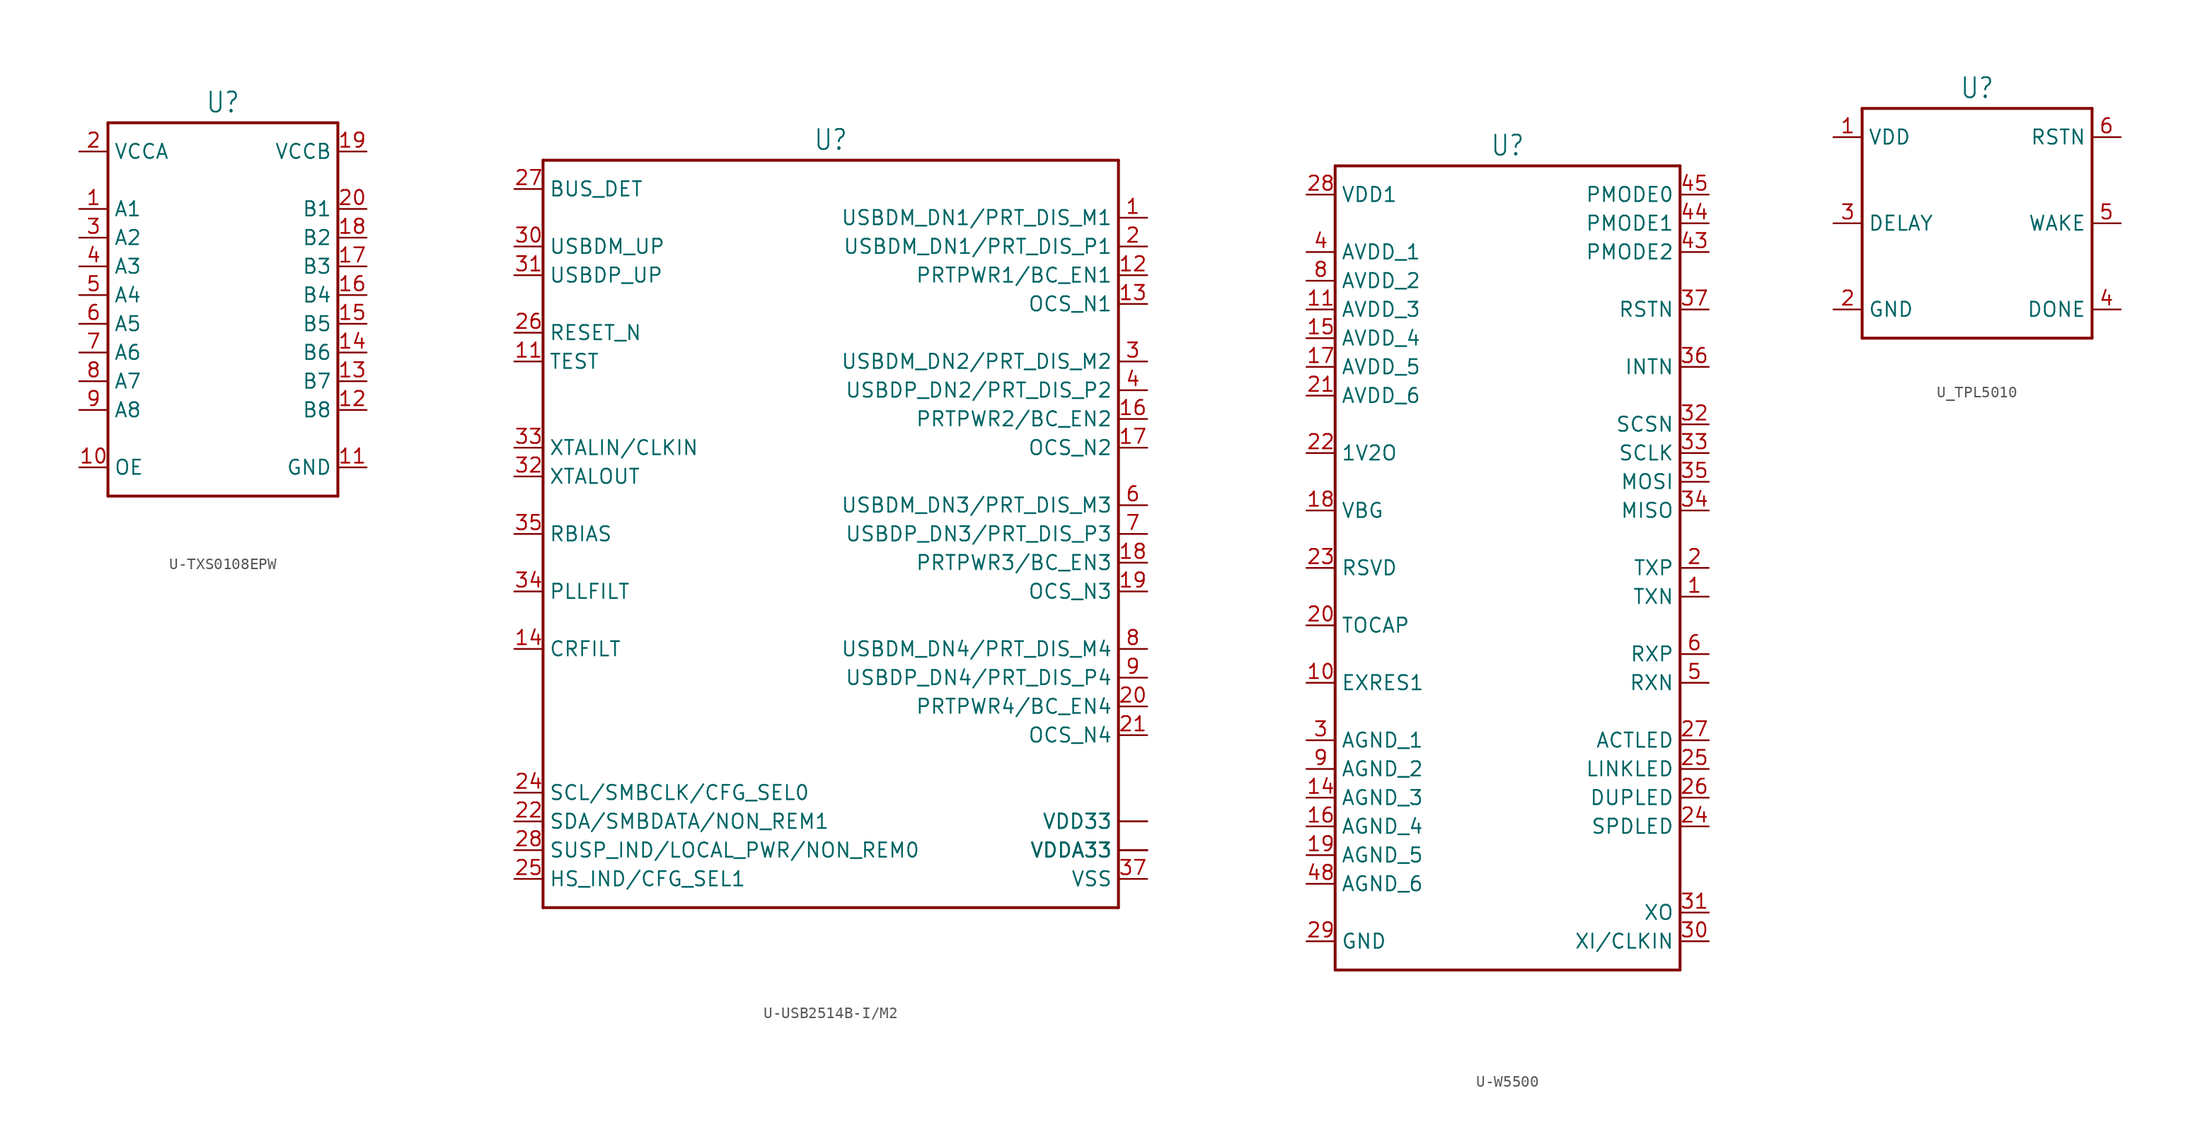
<source format=kicad_sym>
(kicad_symbol_lib
  (version 20231120)
  (generator "kicad_symbol_editor")
  (generator_version "8.0")
  (symbol "U-TXS0108EPW"
    (property "Reference" "U"
      (at 0 18.542 0)
      (effects (font (size 1.778 1.511)) (justify bottom)))
    (property "Value" ""
      (at 0 -16.002 0)
      (effects (font (size 1.778 1.511)) (justify top)))
    (property "ki_locked" ""
      (at 0 0 0)
      (effects (font (size 1.27 1.27))))
    (symbol "U-TXS0108EPW_1_0"
      (polyline (pts (xy -10.16 -15.24) (xy -10.16 17.78)) (stroke (width 0.254) (type solid)) (fill (type none)))
      (polyline (pts (xy -10.16 17.78) (xy 10.16 17.78)) (stroke (width 0.254) (type solid)) (fill (type none)))
      (polyline (pts (xy 10.16 -15.24) (xy -10.16 -15.24)) (stroke (width 0.254) (type solid)) (fill (type none)))
      (polyline (pts (xy 10.16 17.78) (xy 10.16 -15.24)) (stroke (width 0.254) (type solid)) (fill (type none)))
      (pin passive line (at -12.7 10.16 0) (length 2.54) (name "A1" (effects (font (size 1.27 1.27)))) (number "1" (effects (font (size 1.27 1.27)))))
      (pin passive line (at -12.7 -12.7 0) (length 2.54) (name "OE" (effects (font (size 1.27 1.27)))) (number "10" (effects (font (size 1.27 1.27)))))
      (pin passive line (at 12.7 -12.7 180) (length 2.54) (name "GND" (effects (font (size 1.27 1.27)))) (number "11" (effects (font (size 1.27 1.27)))))
      (pin passive line (at 12.7 -7.62 180) (length 2.54) (name "B8" (effects (font (size 1.27 1.27)))) (number "12" (effects (font (size 1.27 1.27)))))
      (pin passive line (at 12.7 -5.08 180) (length 2.54) (name "B7" (effects (font (size 1.27 1.27)))) (number "13" (effects (font (size 1.27 1.27)))))
      (pin passive line (at 12.7 -2.54 180) (length 2.54) (name "B6" (effects (font (size 1.27 1.27)))) (number "14" (effects (font (size 1.27 1.27)))))
      (pin passive line (at 12.7 0 180) (length 2.54) (name "B5" (effects (font (size 1.27 1.27)))) (number "15" (effects (font (size 1.27 1.27)))))
      (pin passive line (at 12.7 2.54 180) (length 2.54) (name "B4" (effects (font (size 1.27 1.27)))) (number "16" (effects (font (size 1.27 1.27)))))
      (pin passive line (at 12.7 5.08 180) (length 2.54) (name "B3" (effects (font (size 1.27 1.27)))) (number "17" (effects (font (size 1.27 1.27)))))
      (pin passive line (at 12.7 7.62 180) (length 2.54) (name "B2" (effects (font (size 1.27 1.27)))) (number "18" (effects (font (size 1.27 1.27)))))
      (pin passive line (at 12.7 15.24 180) (length 2.54) (name "VCCB" (effects (font (size 1.27 1.27)))) (number "19" (effects (font (size 1.27 1.27)))))
      (pin passive line (at -12.7 15.24 0) (length 2.54) (name "VCCA" (effects (font (size 1.27 1.27)))) (number "2" (effects (font (size 1.27 1.27)))))
      (pin passive line (at 12.7 10.16 180) (length 2.54) (name "B1" (effects (font (size 1.27 1.27)))) (number "20" (effects (font (size 1.27 1.27)))))
      (pin passive line (at -12.7 7.62 0) (length 2.54) (name "A2" (effects (font (size 1.27 1.27)))) (number "3" (effects (font (size 1.27 1.27)))))
      (pin passive line (at -12.7 5.08 0) (length 2.54) (name "A3" (effects (font (size 1.27 1.27)))) (number "4" (effects (font (size 1.27 1.27)))))
      (pin passive line (at -12.7 2.54 0) (length 2.54) (name "A4" (effects (font (size 1.27 1.27)))) (number "5" (effects (font (size 1.27 1.27)))))
      (pin passive line (at -12.7 0 0) (length 2.54) (name "A5" (effects (font (size 1.27 1.27)))) (number "6" (effects (font (size 1.27 1.27)))))
      (pin passive line (at -12.7 -2.54 0) (length 2.54) (name "A6" (effects (font (size 1.27 1.27)))) (number "7" (effects (font (size 1.27 1.27)))))
      (pin passive line (at -12.7 -5.08 0) (length 2.54) (name "A7" (effects (font (size 1.27 1.27)))) (number "8" (effects (font (size 1.27 1.27)))))
      (pin passive line (at -12.7 -7.62 0) (length 2.54) (name "A8" (effects (font (size 1.27 1.27)))) (number "9" (effects (font (size 1.27 1.27)))))))
  (symbol "U-USB2514B-I/M2"
    (property "Reference" "U"
      (at 0 33.782 0)
      (effects (font (size 1.778 1.511)) (justify bottom)))
    (property "Value" ""
      (at 0 -33.782 0)
      (effects (font (size 1.778 1.511)) (justify top)))
    (property "ki_locked" ""
      (at 0 0 0)
      (effects (font (size 1.27 1.27))))
    (symbol "U-USB2514B-I/M2_1_0"
      (polyline (pts (xy -25.4 -33.02) (xy -25.4 33.02)) (stroke (width 0.254) (type solid)) (fill (type none)))
      (polyline (pts (xy -25.4 33.02) (xy 25.4 33.02)) (stroke (width 0.254) (type solid)) (fill (type none)))
      (polyline (pts (xy 25.4 -33.02) (xy -25.4 -33.02)) (stroke (width 0.254) (type solid)) (fill (type none)))
      (polyline (pts (xy 25.4 33.02) (xy 25.4 -33.02)) (stroke (width 0.254) (type solid)) (fill (type none)))
      (pin passive line (at 27.94 27.94 180) (length 2.54) (name "USBDM_DN1/PRT_DIS_M1" (effects (font (size 1.27 1.27)))) (number "1" (effects (font (size 1.27 1.27)))))
      (pin passive line (at 27.94 -27.94 180) (length 2.54) (name "VDDA33" (effects (font (size 1.27 1.27)))) (number "10" (effects (font (size 0 0)))))
      (pin passive line (at -27.94 15.24 0) (length 2.54) (name "TEST" (effects (font (size 1.27 1.27)))) (number "11" (effects (font (size 1.27 1.27)))))
      (pin passive line (at 27.94 22.86 180) (length 2.54) (name "PRTPWR1/BC_EN1" (effects (font (size 1.27 1.27)))) (number "12" (effects (font (size 1.27 1.27)))))
      (pin passive line (at 27.94 20.32 180) (length 2.54) (name "OCS_N1" (effects (font (size 1.27 1.27)))) (number "13" (effects (font (size 1.27 1.27)))))
      (pin passive line (at -27.94 -10.16 0) (length 2.54) (name "CRFILT" (effects (font (size 1.27 1.27)))) (number "14" (effects (font (size 1.27 1.27)))))
      (pin passive line (at 27.94 -25.4 180) (length 2.54) (name "VDD33" (effects (font (size 1.27 1.27)))) (number "15" (effects (font (size 0 0)))))
      (pin passive line (at 27.94 10.16 180) (length 2.54) (name "PRTPWR2/BC_EN2" (effects (font (size 1.27 1.27)))) (number "16" (effects (font (size 1.27 1.27)))))
      (pin passive line (at 27.94 7.62 180) (length 2.54) (name "OCS_N2" (effects (font (size 1.27 1.27)))) (number "17" (effects (font (size 1.27 1.27)))))
      (pin passive line (at 27.94 -2.54 180) (length 2.54) (name "PRTPWR3/BC_EN3" (effects (font (size 1.27 1.27)))) (number "18" (effects (font (size 1.27 1.27)))))
      (pin passive line (at 27.94 -5.08 180) (length 2.54) (name "OCS_N3" (effects (font (size 1.27 1.27)))) (number "19" (effects (font (size 1.27 1.27)))))
      (pin passive line (at 27.94 25.4 180) (length 2.54) (name "USBDM_DN1/PRT_DIS_P1" (effects (font (size 1.27 1.27)))) (number "2" (effects (font (size 1.27 1.27)))))
      (pin passive line (at 27.94 -15.24 180) (length 2.54) (name "PRTPWR4/BC_EN4" (effects (font (size 1.27 1.27)))) (number "20" (effects (font (size 1.27 1.27)))))
      (pin passive line (at 27.94 -17.78 180) (length 2.54) (name "OCS_N4" (effects (font (size 1.27 1.27)))) (number "21" (effects (font (size 1.27 1.27)))))
      (pin passive line (at -27.94 -25.4 0) (length 2.54) (name "SDA/SMBDATA/NON_REM1" (effects (font (size 1.27 1.27)))) (number "22" (effects (font (size 1.27 1.27)))))
      (pin passive line (at 27.94 -25.4 180) (length 2.54) (name "VDD33" (effects (font (size 1.27 1.27)))) (number "23" (effects (font (size 0 0)))))
      (pin passive line (at -27.94 -22.86 0) (length 2.54) (name "SCL/SMBCLK/CFG_SEL0" (effects (font (size 1.27 1.27)))) (number "24" (effects (font (size 1.27 1.27)))))
      (pin passive line (at -27.94 -30.48 0) (length 2.54) (name "HS_IND/CFG_SEL1" (effects (font (size 1.27 1.27)))) (number "25" (effects (font (size 1.27 1.27)))))
      (pin passive line (at -27.94 17.78 0) (length 2.54) (name "RESET_N" (effects (font (size 1.27 1.27)))) (number "26" (effects (font (size 1.27 1.27)))))
      (pin passive line (at -27.94 30.48 0) (length 2.54) (name "BUS_DET" (effects (font (size 1.27 1.27)))) (number "27" (effects (font (size 1.27 1.27)))))
      (pin passive line (at -27.94 -27.94 0) (length 2.54) (name "SUSP_IND/LOCAL_PWR/NON_REM0" (effects (font (size 1.27 1.27)))) (number "28" (effects (font (size 1.27 1.27)))))
      (pin passive line (at 27.94 -27.94 180) (length 2.54) (name "VDDA33" (effects (font (size 1.27 1.27)))) (number "29" (effects (font (size 0 0)))))
      (pin passive line (at 27.94 15.24 180) (length 2.54) (name "USBDM_DN2/PRT_DIS_M2" (effects (font (size 1.27 1.27)))) (number "3" (effects (font (size 1.27 1.27)))))
      (pin passive line (at -27.94 25.4 0) (length 2.54) (name "USBDM_UP" (effects (font (size 1.27 1.27)))) (number "30" (effects (font (size 1.27 1.27)))))
      (pin passive line (at -27.94 22.86 0) (length 2.54) (name "USBDP_UP" (effects (font (size 1.27 1.27)))) (number "31" (effects (font (size 1.27 1.27)))))
      (pin passive line (at -27.94 5.08 0) (length 2.54) (name "XTALOUT" (effects (font (size 1.27 1.27)))) (number "32" (effects (font (size 1.27 1.27)))))
      (pin passive line (at -27.94 7.62 0) (length 2.54) (name "XTALIN/CLKIN" (effects (font (size 1.27 1.27)))) (number "33" (effects (font (size 1.27 1.27)))))
      (pin passive line (at -27.94 -5.08 0) (length 2.54) (name "PLLFILT" (effects (font (size 1.27 1.27)))) (number "34" (effects (font (size 1.27 1.27)))))
      (pin passive line (at -27.94 0 0) (length 2.54) (name "RBIAS" (effects (font (size 1.27 1.27)))) (number "35" (effects (font (size 1.27 1.27)))))
      (pin passive line (at 27.94 -27.94 180) (length 2.54) (name "VDDA33" (effects (font (size 1.27 1.27)))) (number "36" (effects (font (size 0 0)))))
      (pin passive line (at 27.94 -30.48 180) (length 2.54) (name "VSS" (effects (font (size 1.27 1.27)))) (number "37" (effects (font (size 1.27 1.27)))))
      (pin passive line (at 27.94 12.7 180) (length 2.54) (name "USBDP_DN2/PRT_DIS_P2" (effects (font (size 1.27 1.27)))) (number "4" (effects (font (size 1.27 1.27)))))
      (pin passive line (at 27.94 -27.94 180) (length 2.54) (name "VDDA33" (effects (font (size 1.27 1.27)))) (number "5" (effects (font (size 0 0)))))
      (pin passive line (at 27.94 2.54 180) (length 2.54) (name "USBDM_DN3/PRT_DIS_M3" (effects (font (size 1.27 1.27)))) (number "6" (effects (font (size 1.27 1.27)))))
      (pin passive line (at 27.94 0 180) (length 2.54) (name "USBDP_DN3/PRT_DIS_P3" (effects (font (size 1.27 1.27)))) (number "7" (effects (font (size 1.27 1.27)))))
      (pin passive line (at 27.94 -10.16 180) (length 2.54) (name "USBDM_DN4/PRT_DIS_M4" (effects (font (size 1.27 1.27)))) (number "8" (effects (font (size 1.27 1.27)))))
      (pin passive line (at 27.94 -12.7 180) (length 2.54) (name "USBDP_DN4/PRT_DIS_P4" (effects (font (size 1.27 1.27)))) (number "9" (effects (font (size 1.27 1.27)))))))
  (symbol "U-W5500"
    (property "Reference" "U"
      (at 0 36.322 0)
      (effects (font (size 1.778 1.511)) (justify bottom)))
    (property "Value" ""
      (at 0 -36.322 0)
      (effects (font (size 1.778 1.511)) (justify top)))
    (property "ki_locked" ""
      (at 0 0 0)
      (effects (font (size 1.27 1.27))))
    (symbol "U-W5500_1_0"
      (polyline (pts (xy -15.24 -35.56) (xy -15.24 35.56)) (stroke (width 0.254) (type solid)) (fill (type none)))
      (polyline (pts (xy -15.24 35.56) (xy 15.24 35.56)) (stroke (width 0.254) (type solid)) (fill (type none)))
      (polyline (pts (xy 15.24 -35.56) (xy -15.24 -35.56)) (stroke (width 0.254) (type solid)) (fill (type none)))
      (polyline (pts (xy 15.24 35.56) (xy 15.24 -35.56)) (stroke (width 0.254) (type solid)) (fill (type none)))
      (pin passive line (at 17.78 -2.54 180) (length 2.54) (name "TXN" (effects (font (size 1.27 1.27)))) (number "1" (effects (font (size 1.27 1.27)))))
      (pin passive line (at -17.78 -10.16 0) (length 2.54) (name "EXRES1" (effects (font (size 1.27 1.27)))) (number "10" (effects (font (size 1.27 1.27)))))
      (pin passive line (at -17.78 22.86 0) (length 2.54) (name "AVDD_3" (effects (font (size 1.27 1.27)))) (number "11" (effects (font (size 1.27 1.27)))))
      (pin passive line (at -17.78 -20.32 0) (length 2.54) (name "AGND_3" (effects (font (size 1.27 1.27)))) (number "14" (effects (font (size 1.27 1.27)))))
      (pin passive line (at -17.78 20.32 0) (length 2.54) (name "AVDD_4" (effects (font (size 1.27 1.27)))) (number "15" (effects (font (size 1.27 1.27)))))
      (pin passive line (at -17.78 -22.86 0) (length 2.54) (name "AGND_4" (effects (font (size 1.27 1.27)))) (number "16" (effects (font (size 1.27 1.27)))))
      (pin passive line (at -17.78 17.78 0) (length 2.54) (name "AVDD_5" (effects (font (size 1.27 1.27)))) (number "17" (effects (font (size 1.27 1.27)))))
      (pin passive line (at -17.78 5.08 0) (length 2.54) (name "VBG" (effects (font (size 1.27 1.27)))) (number "18" (effects (font (size 1.27 1.27)))))
      (pin passive line (at -17.78 -25.4 0) (length 2.54) (name "AGND_5" (effects (font (size 1.27 1.27)))) (number "19" (effects (font (size 1.27 1.27)))))
      (pin passive line (at 17.78 0 180) (length 2.54) (name "TXP" (effects (font (size 1.27 1.27)))) (number "2" (effects (font (size 1.27 1.27)))))
      (pin passive line (at -17.78 -5.08 0) (length 2.54) (name "TOCAP" (effects (font (size 1.27 1.27)))) (number "20" (effects (font (size 1.27 1.27)))))
      (pin passive line (at -17.78 15.24 0) (length 2.54) (name "AVDD_6" (effects (font (size 1.27 1.27)))) (number "21" (effects (font (size 1.27 1.27)))))
      (pin passive line (at -17.78 10.16 0) (length 2.54) (name "1V2O" (effects (font (size 1.27 1.27)))) (number "22" (effects (font (size 1.27 1.27)))))
      (pin passive line (at -17.78 0 0) (length 2.54) (name "RSVD" (effects (font (size 1.27 1.27)))) (number "23" (effects (font (size 1.27 1.27)))))
      (pin passive line (at 17.78 -22.86 180) (length 2.54) (name "SPDLED" (effects (font (size 1.27 1.27)))) (number "24" (effects (font (size 1.27 1.27)))))
      (pin passive line (at 17.78 -17.78 180) (length 2.54) (name "LINKLED" (effects (font (size 1.27 1.27)))) (number "25" (effects (font (size 1.27 1.27)))))
      (pin passive line (at 17.78 -20.32 180) (length 2.54) (name "DUPLED" (effects (font (size 1.27 1.27)))) (number "26" (effects (font (size 1.27 1.27)))))
      (pin passive line (at 17.78 -15.24 180) (length 2.54) (name "ACTLED" (effects (font (size 1.27 1.27)))) (number "27" (effects (font (size 1.27 1.27)))))
      (pin passive line (at -17.78 33.02 0) (length 2.54) (name "VDD1" (effects (font (size 1.27 1.27)))) (number "28" (effects (font (size 1.27 1.27)))))
      (pin passive line (at -17.78 -33.02 0) (length 2.54) (name "GND" (effects (font (size 1.27 1.27)))) (number "29" (effects (font (size 1.27 1.27)))))
      (pin passive line (at -17.78 -15.24 0) (length 2.54) (name "AGND_1" (effects (font (size 1.27 1.27)))) (number "3" (effects (font (size 1.27 1.27)))))
      (pin passive line (at 17.78 -33.02 180) (length 2.54) (name "XI/CLKIN" (effects (font (size 1.27 1.27)))) (number "30" (effects (font (size 1.27 1.27)))))
      (pin passive line (at 17.78 -30.48 180) (length 2.54) (name "XO" (effects (font (size 1.27 1.27)))) (number "31" (effects (font (size 1.27 1.27)))))
      (pin passive line (at 17.78 12.7 180) (length 2.54) (name "SCSN" (effects (font (size 1.27 1.27)))) (number "32" (effects (font (size 1.27 1.27)))))
      (pin passive line (at 17.78 10.16 180) (length 2.54) (name "SCLK" (effects (font (size 1.27 1.27)))) (number "33" (effects (font (size 1.27 1.27)))))
      (pin passive line (at 17.78 5.08 180) (length 2.54) (name "MISO" (effects (font (size 1.27 1.27)))) (number "34" (effects (font (size 1.27 1.27)))))
      (pin passive line (at 17.78 7.62 180) (length 2.54) (name "MOSI" (effects (font (size 1.27 1.27)))) (number "35" (effects (font (size 1.27 1.27)))))
      (pin passive line (at 17.78 17.78 180) (length 2.54) (name "INTN" (effects (font (size 1.27 1.27)))) (number "36" (effects (font (size 1.27 1.27)))))
      (pin passive line (at 17.78 22.86 180) (length 2.54) (name "RSTN" (effects (font (size 1.27 1.27)))) (number "37" (effects (font (size 1.27 1.27)))))
      (pin passive line (at -17.78 27.94 0) (length 2.54) (name "AVDD_1" (effects (font (size 1.27 1.27)))) (number "4" (effects (font (size 1.27 1.27)))))
      (pin passive line (at 17.78 27.94 180) (length 2.54) (name "PMODE2" (effects (font (size 1.27 1.27)))) (number "43" (effects (font (size 1.27 1.27)))))
      (pin passive line (at 17.78 30.48 180) (length 2.54) (name "PMODE1" (effects (font (size 1.27 1.27)))) (number "44" (effects (font (size 1.27 1.27)))))
      (pin passive line (at 17.78 33.02 180) (length 2.54) (name "PMODE0" (effects (font (size 1.27 1.27)))) (number "45" (effects (font (size 1.27 1.27)))))
      (pin passive line (at -17.78 -27.94 0) (length 2.54) (name "AGND_6" (effects (font (size 1.27 1.27)))) (number "48" (effects (font (size 1.27 1.27)))))
      (pin passive line (at 17.78 -10.16 180) (length 2.54) (name "RXN" (effects (font (size 1.27 1.27)))) (number "5" (effects (font (size 1.27 1.27)))))
      (pin passive line (at 17.78 -7.62 180) (length 2.54) (name "RXP" (effects (font (size 1.27 1.27)))) (number "6" (effects (font (size 1.27 1.27)))))
      (pin passive line (at -17.78 25.4 0) (length 2.54) (name "AVDD_2" (effects (font (size 1.27 1.27)))) (number "8" (effects (font (size 1.27 1.27)))))
      (pin passive line (at -17.78 -17.78 0) (length 2.54) (name "AGND_2" (effects (font (size 1.27 1.27)))) (number "9" (effects (font (size 1.27 1.27)))))))
  (symbol "U_TPL5010"
    (property "Reference" "U"
      (at 0 10.922 0)
      (effects (font (size 1.778 1.511)) (justify bottom)))
    (property "Value" ""
      (at 0 -10.922 0)
      (effects (font (size 1.778 1.511)) (justify top)))
    (property "ki_locked" ""
      (at 0 0 0)
      (effects (font (size 1.27 1.27))))
    (symbol "U_TPL5010_1_0"
      (polyline (pts (xy -10.16 -10.16) (xy -10.16 10.16)) (stroke (width 0.254) (type solid)) (fill (type none)))
      (polyline (pts (xy -10.16 10.16) (xy 10.16 10.16)) (stroke (width 0.254) (type solid)) (fill (type none)))
      (polyline (pts (xy 10.16 -10.16) (xy -10.16 -10.16)) (stroke (width 0.254) (type solid)) (fill (type none)))
      (polyline (pts (xy 10.16 10.16) (xy 10.16 -10.16)) (stroke (width 0.254) (type solid)) (fill (type none)))
      (pin passive line (at -12.7 7.62 0) (length 2.54) (name "VDD" (effects (font (size 1.27 1.27)))) (number "1" (effects (font (size 1.27 1.27)))))
      (pin passive line (at -12.7 -7.62 0) (length 2.54) (name "GND" (effects (font (size 1.27 1.27)))) (number "2" (effects (font (size 1.27 1.27)))))
      (pin passive line (at -12.7 0 0) (length 2.54) (name "DELAY" (effects (font (size 1.27 1.27)))) (number "3" (effects (font (size 1.27 1.27)))))
      (pin passive line (at 12.7 -7.62 180) (length 2.54) (name "DONE" (effects (font (size 1.27 1.27)))) (number "4" (effects (font (size 1.27 1.27)))))
      (pin passive line (at 12.7 0 180) (length 2.54) (name "WAKE" (effects (font (size 1.27 1.27)))) (number "5" (effects (font (size 1.27 1.27)))))
      (pin passive line (at 12.7 7.62 180) (length 2.54) (name "RSTN" (effects (font (size 1.27 1.27)))) (number "6" (effects (font (size 1.27 1.27))))))))
</source>
